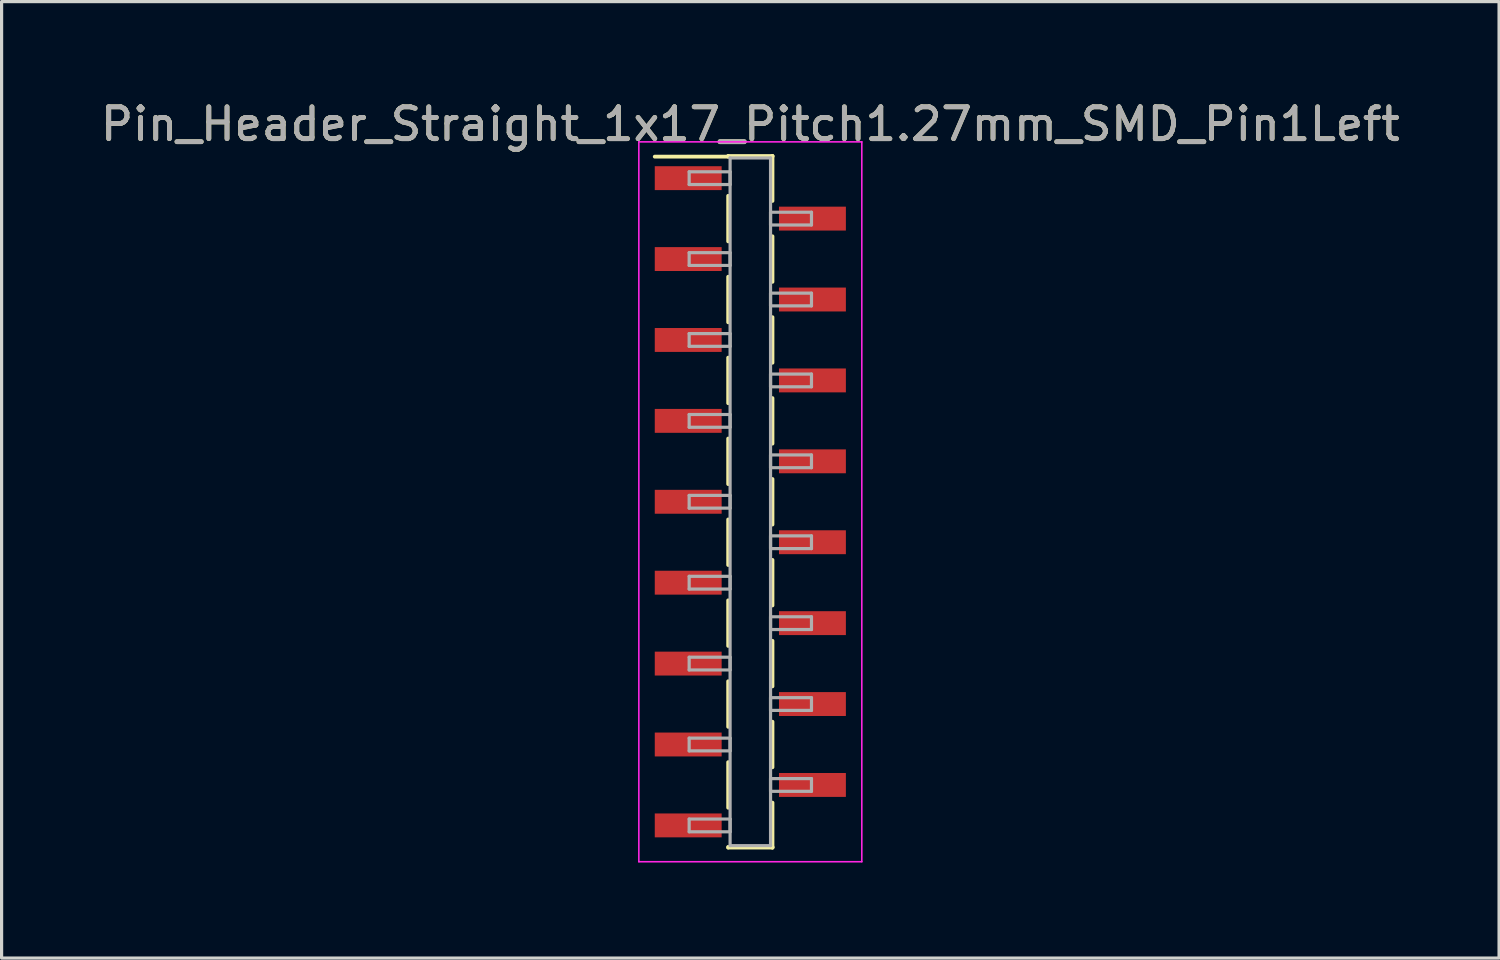
<source format=kicad_pcb>
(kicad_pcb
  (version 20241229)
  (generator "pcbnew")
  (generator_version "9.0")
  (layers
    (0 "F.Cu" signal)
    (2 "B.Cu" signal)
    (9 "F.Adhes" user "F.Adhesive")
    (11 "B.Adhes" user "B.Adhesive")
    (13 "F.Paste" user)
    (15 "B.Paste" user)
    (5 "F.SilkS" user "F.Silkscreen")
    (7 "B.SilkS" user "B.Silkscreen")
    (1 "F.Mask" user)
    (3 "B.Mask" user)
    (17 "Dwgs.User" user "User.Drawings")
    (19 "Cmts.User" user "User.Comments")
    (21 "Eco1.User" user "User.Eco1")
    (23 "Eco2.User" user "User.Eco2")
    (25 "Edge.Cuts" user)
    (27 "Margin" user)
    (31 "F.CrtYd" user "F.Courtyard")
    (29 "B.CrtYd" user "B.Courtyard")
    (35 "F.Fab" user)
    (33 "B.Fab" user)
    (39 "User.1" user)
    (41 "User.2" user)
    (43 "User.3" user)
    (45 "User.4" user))
  (footprint "Pin_Header_Straight_1x17_Pitch1.27mm_SMD_Pin1Left"
    (layer "F.Cu")
    (at 20.506 12.703)
    (property "Reference" "Pin_Header_Straight_1x17_Pitch1.27mm_SMD_Pin1Left" (at 0 -11.855 0) (layer "F.SilkS") (effects (font (size 1 1) (thickness 0.15))))
    (attr smd)
    (fp_line (start -0.695 -10.855) (end 0.695 -10.855) (stroke (width 0.12) (type solid)) (layer "F.SilkS"))
    (fp_line (start -0.695 -10.835) (end -3 -10.835) (stroke (width 0.12) (type solid)) (layer "F.SilkS"))
    (fp_line (start -0.695 -10.835) (end -0.695 -10.855) (stroke (width 0.12) (type solid)) (layer "F.SilkS"))
    (fp_line (start -0.695 -9.605) (end -0.695 -8.175) (stroke (width 0.12) (type solid)) (layer "F.SilkS"))
    (fp_line (start -0.695 -7.065) (end -0.695 -5.635) (stroke (width 0.12) (type solid)) (layer "F.SilkS"))
    (fp_line (start -0.695 -4.525) (end -0.695 -3.095) (stroke (width 0.12) (type solid)) (layer "F.SilkS"))
    (fp_line (start -0.695 -1.985) (end -0.695 -0.555) (stroke (width 0.12) (type solid)) (layer "F.SilkS"))
    (fp_line (start -0.695 0.555) (end -0.695 1.985) (stroke (width 0.12) (type solid)) (layer "F.SilkS"))
    (fp_line (start -0.695 3.095) (end -0.695 4.525) (stroke (width 0.12) (type solid)) (layer "F.SilkS"))
    (fp_line (start -0.695 5.635) (end -0.695 7.065) (stroke (width 0.12) (type solid)) (layer "F.SilkS"))
    (fp_line (start -0.695 8.175) (end -0.695 9.605) (stroke (width 0.12) (type solid)) (layer "F.SilkS"))
    (fp_line (start -0.695 10.835) (end -0.695 10.855) (stroke (width 0.12) (type solid)) (layer "F.SilkS"))
    (fp_line (start -0.695 10.855) (end 0.695 10.855) (stroke (width 0.12) (type solid)) (layer "F.SilkS"))
    (fp_line (start 0.695 -10.855) (end 0.695 -10.835) (stroke (width 0.12) (type solid)) (layer "F.SilkS"))
    (fp_line (start 0.695 -10.855) (end 0.695 -9.445) (stroke (width 0.12) (type solid)) (layer "F.SilkS"))
    (fp_line (start 0.695 -8.335) (end 0.695 -6.905) (stroke (width 0.12) (type solid)) (layer "F.SilkS"))
    (fp_line (start 0.695 -5.795) (end 0.695 -4.365) (stroke (width 0.12) (type solid)) (layer "F.SilkS"))
    (fp_line (start 0.695 -3.255) (end 0.695 -1.825) (stroke (width 0.12) (type solid)) (layer "F.SilkS"))
    (fp_line (start 0.695 -0.715) (end 0.695 0.715) (stroke (width 0.12) (type solid)) (layer "F.SilkS"))
    (fp_line (start 0.695 1.825) (end 0.695 3.255) (stroke (width 0.12) (type solid)) (layer "F.SilkS"))
    (fp_line (start 0.695 4.365) (end 0.695 5.795) (stroke (width 0.12) (type solid)) (layer "F.SilkS"))
    (fp_line (start 0.695 6.905) (end 0.695 8.335) (stroke (width 0.12) (type solid)) (layer "F.SilkS"))
    (fp_line (start 0.695 9.445) (end 0.695 10.855) (stroke (width 0.12) (type solid)) (layer "F.SilkS"))
    (fp_line (start 0.695 10.855) (end 0.695 10.835) (stroke (width 0.12) (type solid)) (layer "F.SilkS"))
    (fp_line (start -3.5 -11.3) (end -3.5 11.3) (stroke (width 0.05) (type solid)) (layer "F.CrtYd"))
    (fp_line (start -3.5 11.3) (end 3.5 11.3) (stroke (width 0.05) (type solid)) (layer "F.CrtYd"))
    (fp_line (start 3.5 -11.3) (end -3.5 -11.3) (stroke (width 0.05) (type solid)) (layer "F.CrtYd"))
    (fp_line (start 3.5 11.3) (end 3.5 -11.3) (stroke (width 0.05) (type solid)) (layer "F.CrtYd"))
    (fp_line (start -1.92 -10.36) (end -0.635 -10.36) (stroke (width 0.1) (type solid)) (layer "F.Fab"))
    (fp_line (start -1.92 -9.96) (end -1.92 -10.36) (stroke (width 0.1) (type solid)) (layer "F.Fab"))
    (fp_line (start -1.92 -7.82) (end -0.635 -7.82) (stroke (width 0.1) (type solid)) (layer "F.Fab"))
    (fp_line (start -1.92 -7.42) (end -1.92 -7.82) (stroke (width 0.1) (type solid)) (layer "F.Fab"))
    (fp_line (start -1.92 -5.28) (end -0.635 -5.28) (stroke (width 0.1) (type solid)) (layer "F.Fab"))
    (fp_line (start -1.92 -4.88) (end -1.92 -5.28) (stroke (width 0.1) (type solid)) (layer "F.Fab"))
    (fp_line (start -1.92 -2.74) (end -0.635 -2.74) (stroke (width 0.1) (type solid)) (layer "F.Fab"))
    (fp_line (start -1.92 -2.34) (end -1.92 -2.74) (stroke (width 0.1) (type solid)) (layer "F.Fab"))
    (fp_line (start -1.92 -0.2) (end -0.635 -0.2) (stroke (width 0.1) (type solid)) (layer "F.Fab"))
    (fp_line (start -1.92 0.2) (end -1.92 -0.2) (stroke (width 0.1) (type solid)) (layer "F.Fab"))
    (fp_line (start -1.92 2.34) (end -0.635 2.34) (stroke (width 0.1) (type solid)) (layer "F.Fab"))
    (fp_line (start -1.92 2.74) (end -1.92 2.34) (stroke (width 0.1) (type solid)) (layer "F.Fab"))
    (fp_line (start -1.92 4.88) (end -0.635 4.88) (stroke (width 0.1) (type solid)) (layer "F.Fab"))
    (fp_line (start -1.92 5.28) (end -1.92 4.88) (stroke (width 0.1) (type solid)) (layer "F.Fab"))
    (fp_line (start -1.92 7.42) (end -0.635 7.42) (stroke (width 0.1) (type solid)) (layer "F.Fab"))
    (fp_line (start -1.92 7.82) (end -1.92 7.42) (stroke (width 0.1) (type solid)) (layer "F.Fab"))
    (fp_line (start -1.92 9.96) (end -0.635 9.96) (stroke (width 0.1) (type solid)) (layer "F.Fab"))
    (fp_line (start -1.92 10.36) (end -1.92 9.96) (stroke (width 0.1) (type solid)) (layer "F.Fab"))
    (fp_line (start -0.635 -10.795) (end -0.635 10.795) (stroke (width 0.1) (type solid)) (layer "F.Fab"))
    (fp_line (start -0.635 -10.36) (end -0.635 -9.96) (stroke (width 0.1) (type solid)) (layer "F.Fab"))
    (fp_line (start -0.635 -9.96) (end -1.92 -9.96) (stroke (width 0.1) (type solid)) (layer "F.Fab"))
    (fp_line (start -0.635 -7.82) (end -0.635 -7.42) (stroke (width 0.1) (type solid)) (layer "F.Fab"))
    (fp_line (start -0.635 -7.42) (end -1.92 -7.42) (stroke (width 0.1) (type solid)) (layer "F.Fab"))
    (fp_line (start -0.635 -5.28) (end -0.635 -4.88) (stroke (width 0.1) (type solid)) (layer "F.Fab"))
    (fp_line (start -0.635 -4.88) (end -1.92 -4.88) (stroke (width 0.1) (type solid)) (layer "F.Fab"))
    (fp_line (start -0.635 -2.74) (end -0.635 -2.34) (stroke (width 0.1) (type solid)) (layer "F.Fab"))
    (fp_line (start -0.635 -2.34) (end -1.92 -2.34) (stroke (width 0.1) (type solid)) (layer "F.Fab"))
    (fp_line (start -0.635 -0.2) (end -0.635 0.2) (stroke (width 0.1) (type solid)) (layer "F.Fab"))
    (fp_line (start -0.635 0.2) (end -1.92 0.2) (stroke (width 0.1) (type solid)) (layer "F.Fab"))
    (fp_line (start -0.635 2.34) (end -0.635 2.74) (stroke (width 0.1) (type solid)) (layer "F.Fab"))
    (fp_line (start -0.635 2.74) (end -1.92 2.74) (stroke (width 0.1) (type solid)) (layer "F.Fab"))
    (fp_line (start -0.635 4.88) (end -0.635 5.28) (stroke (width 0.1) (type solid)) (layer "F.Fab"))
    (fp_line (start -0.635 5.28) (end -1.92 5.28) (stroke (width 0.1) (type solid)) (layer "F.Fab"))
    (fp_line (start -0.635 7.42) (end -0.635 7.82) (stroke (width 0.1) (type solid)) (layer "F.Fab"))
    (fp_line (start -0.635 7.82) (end -1.92 7.82) (stroke (width 0.1) (type solid)) (layer "F.Fab"))
    (fp_line (start -0.635 9.96) (end -0.635 10.36) (stroke (width 0.1) (type solid)) (layer "F.Fab"))
    (fp_line (start -0.635 10.36) (end -1.92 10.36) (stroke (width 0.1) (type solid)) (layer "F.Fab"))
    (fp_line (start -0.635 10.795) (end 0.635 10.795) (stroke (width 0.1) (type solid)) (layer "F.Fab"))
    (fp_line (start 0.635 -10.795) (end -0.635 -10.795) (stroke (width 0.1) (type solid)) (layer "F.Fab"))
    (fp_line (start 0.635 -9.09) (end 0.635 -8.69) (stroke (width 0.1) (type solid)) (layer "F.Fab"))
    (fp_line (start 0.635 -8.69) (end 1.92 -8.69) (stroke (width 0.1) (type solid)) (layer "F.Fab"))
    (fp_line (start 0.635 -6.55) (end 0.635 -6.15) (stroke (width 0.1) (type solid)) (layer "F.Fab"))
    (fp_line (start 0.635 -6.15) (end 1.92 -6.15) (stroke (width 0.1) (type solid)) (layer "F.Fab"))
    (fp_line (start 0.635 -4.01) (end 0.635 -3.61) (stroke (width 0.1) (type solid)) (layer "F.Fab"))
    (fp_line (start 0.635 -3.61) (end 1.92 -3.61) (stroke (width 0.1) (type solid)) (layer "F.Fab"))
    (fp_line (start 0.635 -1.47) (end 0.635 -1.07) (stroke (width 0.1) (type solid)) (layer "F.Fab"))
    (fp_line (start 0.635 -1.07) (end 1.92 -1.07) (stroke (width 0.1) (type solid)) (layer "F.Fab"))
    (fp_line (start 0.635 1.07) (end 0.635 1.47) (stroke (width 0.1) (type solid)) (layer "F.Fab"))
    (fp_line (start 0.635 1.47) (end 1.92 1.47) (stroke (width 0.1) (type solid)) (layer "F.Fab"))
    (fp_line (start 0.635 3.61) (end 0.635 4.01) (stroke (width 0.1) (type solid)) (layer "F.Fab"))
    (fp_line (start 0.635 4.01) (end 1.92 4.01) (stroke (width 0.1) (type solid)) (layer "F.Fab"))
    (fp_line (start 0.635 6.15) (end 0.635 6.55) (stroke (width 0.1) (type solid)) (layer "F.Fab"))
    (fp_line (start 0.635 6.55) (end 1.92 6.55) (stroke (width 0.1) (type solid)) (layer "F.Fab"))
    (fp_line (start 0.635 8.69) (end 0.635 9.09) (stroke (width 0.1) (type solid)) (layer "F.Fab"))
    (fp_line (start 0.635 9.09) (end 1.92 9.09) (stroke (width 0.1) (type solid)) (layer "F.Fab"))
    (fp_line (start 0.635 10.795) (end 0.635 -10.795) (stroke (width 0.1) (type solid)) (layer "F.Fab"))
    (fp_line (start 1.92 -9.09) (end 0.635 -9.09) (stroke (width 0.1) (type solid)) (layer "F.Fab"))
    (fp_line (start 1.92 -8.69) (end 1.92 -9.09) (stroke (width 0.1) (type solid)) (layer "F.Fab"))
    (fp_line (start 1.92 -6.55) (end 0.635 -6.55) (stroke (width 0.1) (type solid)) (layer "F.Fab"))
    (fp_line (start 1.92 -6.15) (end 1.92 -6.55) (stroke (width 0.1) (type solid)) (layer "F.Fab"))
    (fp_line (start 1.92 -4.01) (end 0.635 -4.01) (stroke (width 0.1) (type solid)) (layer "F.Fab"))
    (fp_line (start 1.92 -3.61) (end 1.92 -4.01) (stroke (width 0.1) (type solid)) (layer "F.Fab"))
    (fp_line (start 1.92 -1.47) (end 0.635 -1.47) (stroke (width 0.1) (type solid)) (layer "F.Fab"))
    (fp_line (start 1.92 -1.07) (end 1.92 -1.47) (stroke (width 0.1) (type solid)) (layer "F.Fab"))
    (fp_line (start 1.92 1.07) (end 0.635 1.07) (stroke (width 0.1) (type solid)) (layer "F.Fab"))
    (fp_line (start 1.92 1.47) (end 1.92 1.07) (stroke (width 0.1) (type solid)) (layer "F.Fab"))
    (fp_line (start 1.92 3.61) (end 0.635 3.61) (stroke (width 0.1) (type solid)) (layer "F.Fab"))
    (fp_line (start 1.92 4.01) (end 1.92 3.61) (stroke (width 0.1) (type solid)) (layer "F.Fab"))
    (fp_line (start 1.92 6.15) (end 0.635 6.15) (stroke (width 0.1) (type solid)) (layer "F.Fab"))
    (fp_line (start 1.92 6.55) (end 1.92 6.15) (stroke (width 0.1) (type solid)) (layer "F.Fab"))
    (fp_line (start 1.92 8.69) (end 0.635 8.69) (stroke (width 0.1) (type solid)) (layer "F.Fab"))
    (fp_line (start 1.92 9.09) (end 1.92 8.69) (stroke (width 0.1) (type solid)) (layer "F.Fab"))
    (fp_text user "${REFERENCE}" (at 0 -11.855 0) (layer "F.Fab") (effects (font (size 1 1) (thickness 0.15))))
    (pad "1" smd rect (at -1.95 -10.16) (size 2.1 0.75) (layers "F.Cu" "F.Mask" "F.Paste"))
    (pad "2" smd rect (at 1.95 -8.89) (size 2.1 0.75) (layers "F.Cu" "F.Mask" "F.Paste"))
    (pad "3" smd rect (at -1.95 -7.62) (size 2.1 0.75) (layers "F.Cu" "F.Mask" "F.Paste"))
    (pad "4" smd rect (at 1.95 -6.35) (size 2.1 0.75) (layers "F.Cu" "F.Mask" "F.Paste"))
    (pad "5" smd rect (at -1.95 -5.08) (size 2.1 0.75) (layers "F.Cu" "F.Mask" "F.Paste"))
    (pad "6" smd rect (at 1.95 -3.81) (size 2.1 0.75) (layers "F.Cu" "F.Mask" "F.Paste"))
    (pad "7" smd rect (at -1.95 -2.54) (size 2.1 0.75) (layers "F.Cu" "F.Mask" "F.Paste"))
    (pad "8" smd rect (at 1.95 -1.27) (size 2.1 0.75) (layers "F.Cu" "F.Mask" "F.Paste"))
    (pad "9" smd rect (at -1.95 0) (size 2.1 0.75) (layers "F.Cu" "F.Mask" "F.Paste"))
    (pad "10" smd rect (at 1.95 1.27) (size 2.1 0.75) (layers "F.Cu" "F.Mask" "F.Paste"))
    (pad "11" smd rect (at -1.95 2.54) (size 2.1 0.75) (layers "F.Cu" "F.Mask" "F.Paste"))
    (pad "12" smd rect (at 1.95 3.81) (size 2.1 0.75) (layers "F.Cu" "F.Mask" "F.Paste"))
    (pad "13" smd rect (at -1.95 5.08) (size 2.1 0.75) (layers "F.Cu" "F.Mask" "F.Paste"))
    (pad "14" smd rect (at 1.95 6.35) (size 2.1 0.75) (layers "F.Cu" "F.Mask" "F.Paste"))
    (pad "15" smd rect (at -1.95 7.62) (size 2.1 0.75) (layers "F.Cu" "F.Mask" "F.Paste"))
    (pad "16" smd rect (at 1.95 8.89) (size 2.1 0.75) (layers "F.Cu" "F.Mask" "F.Paste"))
    (pad "17" smd rect (at -1.95 10.16) (size 2.1 0.75) (layers "F.Cu" "F.Mask" "F.Paste")))
  (gr_rect
    (start -3 -3)
    (end 44.012 27.028)
    (stroke (width 0.1) (type default))
    (fill no)
    (layer "Edge.Cuts")))
</source>
